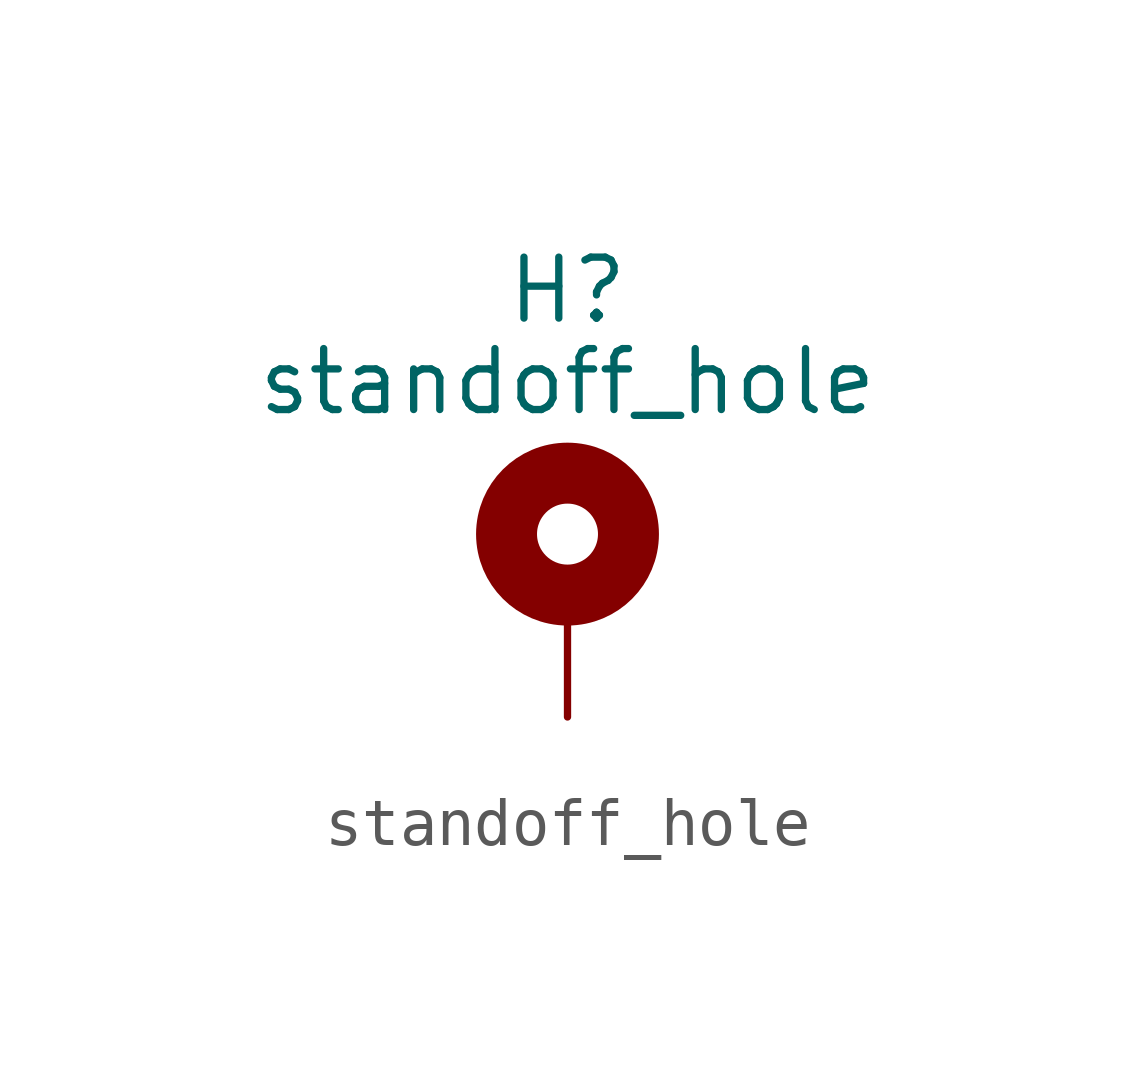
<source format=kicad_sym>
(kicad_symbol_lib
  (version 20231120)
  (generator "kicad_symbol_editor")
  (generator_version "8.0")
  (symbol "standoff_hole"
    (pin_numbers hide)
    (pin_names
      (offset 1.016) hide)
    (property "Reference" "H"
      (at 0 6.35 0)
      (effects (font (size 1.27 1.27))))
    (property "Value" "standoff_hole"
      (at 0 4.445 0)
      (effects (font (size 1.27 1.27))))
    (symbol "standoff_hole_0_1"
      (circle (center 0 1.27) (radius 1.27) (stroke (width 1.27) (type default)) (fill (type none))))
    (symbol "standoff_hole_1_1"
      (pin input line (at 0 -2.54 90) (length 2.54) (name "1" (effects (font (size 1.27 1.27)))) (number "1" (effects (font (size 1.27 1.27))))))))
</source>
